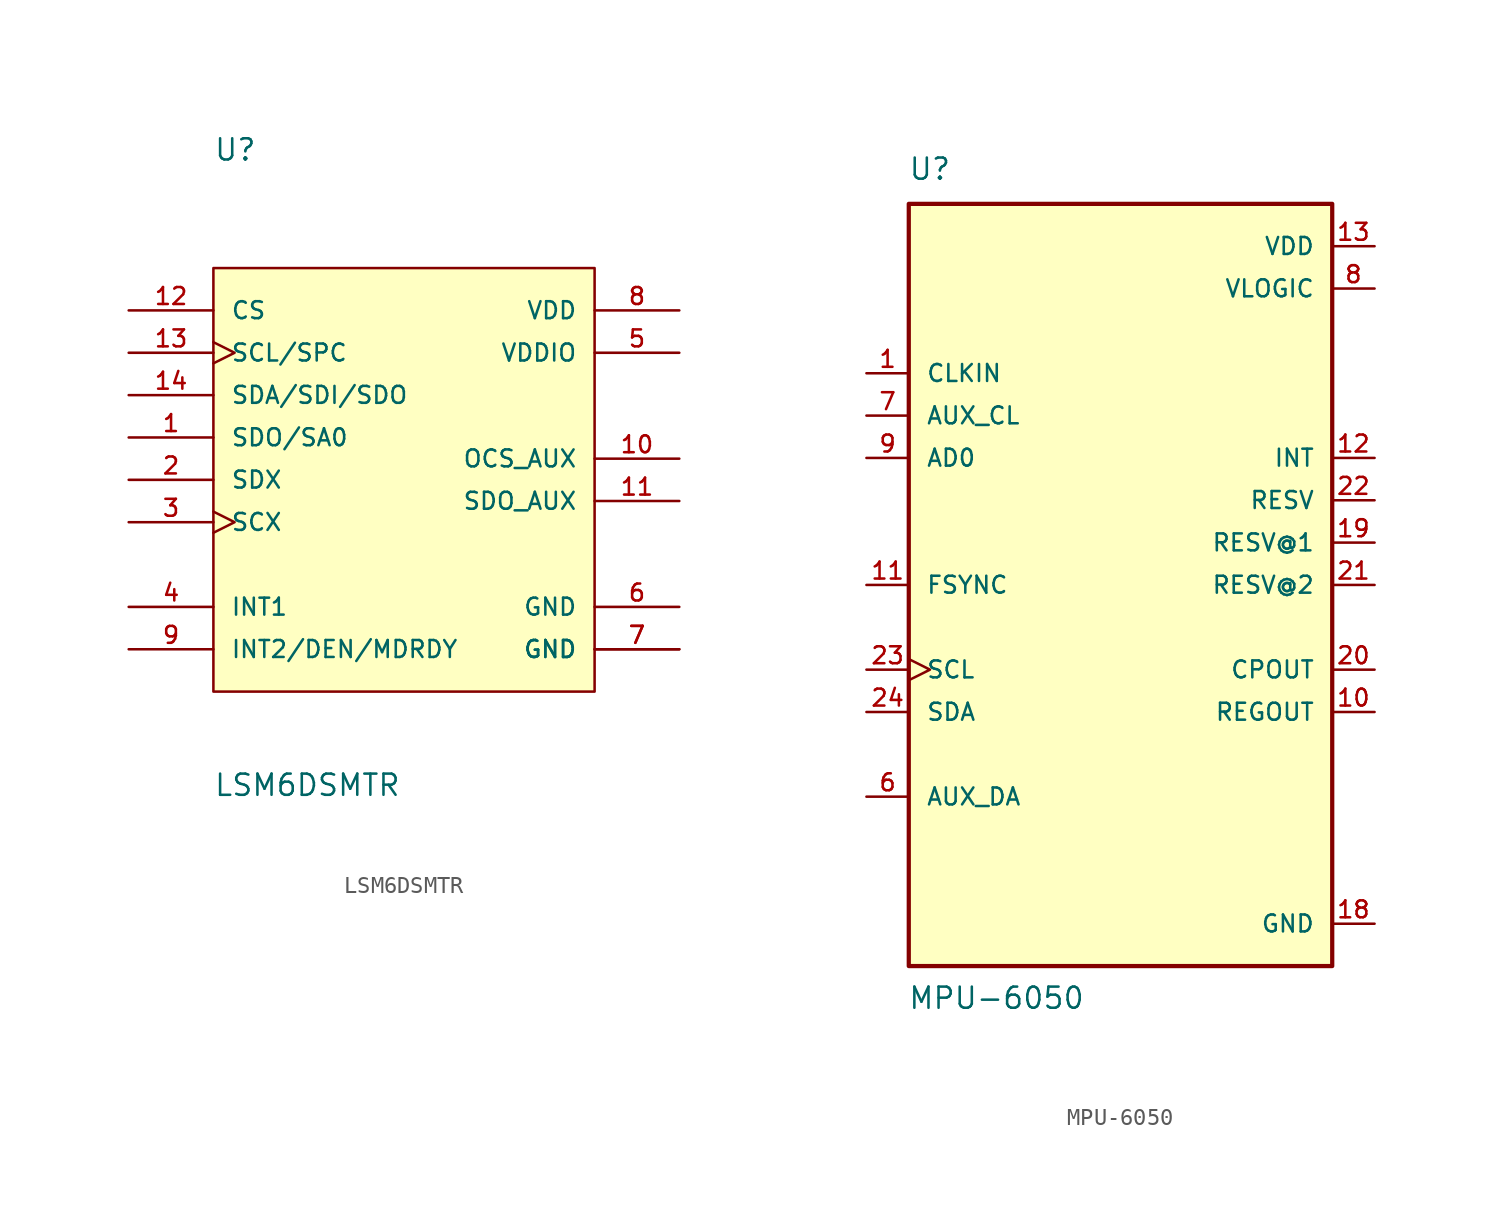
<source format=kicad_sym>
(kicad_symbol_lib
  (version 20211014)
  (generator kicad_symbol_editor)
  (symbol "LSM6DSMTR"
    (pin_names
      (offset 1.016))
    (property "Reference" "U"
      (at -17.78 16.51 0)
      (effects (font (size 1.27 1.27)) (justify left bottom)))
    (property "Value" "LSM6DSMTR"
      (at -17.78 -21.59 0)
      (effects (font (size 1.27 1.27)) (justify left bottom)))
    (symbol "LSM6DSMTR_0_0"
      (pin bidirectional line (at -22.86 0 0) (length 5.08) (name "SDO/SA0" (effects (font (size 1.016 1.016)))) (number "1" (effects (font (size 1.016 1.016)))))
      (pin input line (at 10.16 -1.27 180) (length 5.08) (name "OCS_AUX" (effects (font (size 1.016 1.016)))) (number "10" (effects (font (size 1.016 1.016)))))
      (pin bidirectional line (at 10.16 -3.81 180) (length 5.08) (name "SDO_AUX" (effects (font (size 1.016 1.016)))) (number "11" (effects (font (size 1.016 1.016)))))
      (pin input line (at -22.86 7.62 0) (length 5.08) (name "CS" (effects (font (size 1.016 1.016)))) (number "12" (effects (font (size 1.016 1.016)))))
      (pin input clock (at -22.86 5.08 0) (length 5.08) (name "SCL/SPC" (effects (font (size 1.016 1.016)))) (number "13" (effects (font (size 1.016 1.016)))))
      (pin bidirectional line (at -22.86 2.54 0) (length 5.08) (name "SDA/SDI/SDO" (effects (font (size 1.016 1.016)))) (number "14" (effects (font (size 1.016 1.016)))))
      (pin bidirectional line (at -22.86 -2.54 0) (length 5.08) (name "SDX" (effects (font (size 1.016 1.016)))) (number "2" (effects (font (size 1.016 1.016)))))
      (pin bidirectional clock (at -22.86 -5.08 0) (length 5.08) (name "SCX" (effects (font (size 1.016 1.016)))) (number "3" (effects (font (size 1.016 1.016)))))
      (pin input line (at -22.86 -10.16 0) (length 5.08) (name "INT1" (effects (font (size 1.016 1.016)))) (number "4" (effects (font (size 1.016 1.016)))))
      (pin power_in line (at 10.16 5.08 180) (length 5.08) (name "VDDIO" (effects (font (size 1.016 1.016)))) (number "5" (effects (font (size 1.016 1.016)))))
      (pin power_in line (at 10.16 -10.16 180) (length 5.08) (name "GND" (effects (font (size 1.016 1.016)))) (number "6" (effects (font (size 1.016 1.016)))))
      (pin power_in line (at 10.16 -12.7 180) (length 5.08) (name "GND" (effects (font (size 1.016 1.016)))) (number "7" (effects (font (size 1.016 1.016)))))
      (pin power_in line (at 10.16 -12.7 180) (length 5.08) (name "GND" (effects (font (size 1.016 1.016)))) (number "7" (effects (font (size 1.016 1.016)))))
      (pin power_in line (at 10.16 7.62 180) (length 5.08) (name "VDD" (effects (font (size 1.016 1.016)))) (number "8" (effects (font (size 1.016 1.016)))))
      (pin input line (at -22.86 -12.7 0) (length 5.08) (name "INT2/DEN/MDRDY" (effects (font (size 1.016 1.016)))) (number "9" (effects (font (size 1.016 1.016))))))
    (symbol "LSM6DSMTR_0_1"
      (rectangle (start -17.78 -15.24) (end 5.08 10.16) (stroke (width 0) (type default) (color 0 0 0 0)) (fill (type background)))))
  (symbol "MPU-6050"
    (pin_names
      (offset 1.016))
    (property "Reference" "U"
      (at -12.746 24.206 0)
      (effects (font (size 1.27 1.27)) (justify left bottom)))
    (property "Value" "MPU-6050"
      (at -12.768 -25.525 0)
      (effects (font (size 1.27 1.27)) (justify left bottom)))
    (symbol "MPU-6050_0_0"
      (rectangle (start -12.7 -22.86) (end 12.7 22.86) (stroke (width 0.254) (type default) (color 0 0 0 0)) (fill (type background)))
      (pin input line (at -15.24 12.7 0) (length 2.54) (name "CLKIN" (effects (font (size 1.016 1.016)))) (number "1" (effects (font (size 1.016 1.016)))))
      (pin passive line (at 15.24 -7.62 180) (length 2.54) (name "REGOUT" (effects (font (size 1.016 1.016)))) (number "10" (effects (font (size 1.016 1.016)))))
      (pin input line (at -15.24 0 0) (length 2.54) (name "FSYNC" (effects (font (size 1.016 1.016)))) (number "11" (effects (font (size 1.016 1.016)))))
      (pin output line (at 15.24 7.62 180) (length 2.54) (name "INT" (effects (font (size 1.016 1.016)))) (number "12" (effects (font (size 1.016 1.016)))))
      (pin power_in line (at 15.24 20.32 180) (length 2.54) (name "VDD" (effects (font (size 1.016 1.016)))) (number "13" (effects (font (size 1.016 1.016)))))
      (pin power_in line (at 15.24 -20.32 180) (length 2.54) (name "GND" (effects (font (size 1.016 1.016)))) (number "18" (effects (font (size 1.016 1.016)))))
      (pin passive line (at 15.24 2.54 180) (length 2.54) (name "RESV@1" (effects (font (size 1.016 1.016)))) (number "19" (effects (font (size 1.016 1.016)))))
      (pin passive line (at 15.24 -5.08 180) (length 2.54) (name "CPOUT" (effects (font (size 1.016 1.016)))) (number "20" (effects (font (size 1.016 1.016)))))
      (pin passive line (at 15.24 0 180) (length 2.54) (name "RESV@2" (effects (font (size 1.016 1.016)))) (number "21" (effects (font (size 1.016 1.016)))))
      (pin passive line (at 15.24 5.08 180) (length 2.54) (name "RESV" (effects (font (size 1.016 1.016)))) (number "22" (effects (font (size 1.016 1.016)))))
      (pin input clock (at -15.24 -5.08 0) (length 2.54) (name "SCL" (effects (font (size 1.016 1.016)))) (number "23" (effects (font (size 1.016 1.016)))))
      (pin bidirectional line (at -15.24 -7.62 0) (length 2.54) (name "SDA" (effects (font (size 1.016 1.016)))) (number "24" (effects (font (size 1.016 1.016)))))
      (pin bidirectional line (at -15.24 -12.7 0) (length 2.54) (name "AUX_DA" (effects (font (size 1.016 1.016)))) (number "6" (effects (font (size 1.016 1.016)))))
      (pin input line (at -15.24 10.16 0) (length 2.54) (name "AUX_CL" (effects (font (size 1.016 1.016)))) (number "7" (effects (font (size 1.016 1.016)))))
      (pin power_in line (at 15.24 17.78 180) (length 2.54) (name "VLOGIC" (effects (font (size 1.016 1.016)))) (number "8" (effects (font (size 1.016 1.016)))))
      (pin input line (at -15.24 7.62 0) (length 2.54) (name "AD0" (effects (font (size 1.016 1.016)))) (number "9" (effects (font (size 1.016 1.016))))))))
</source>
